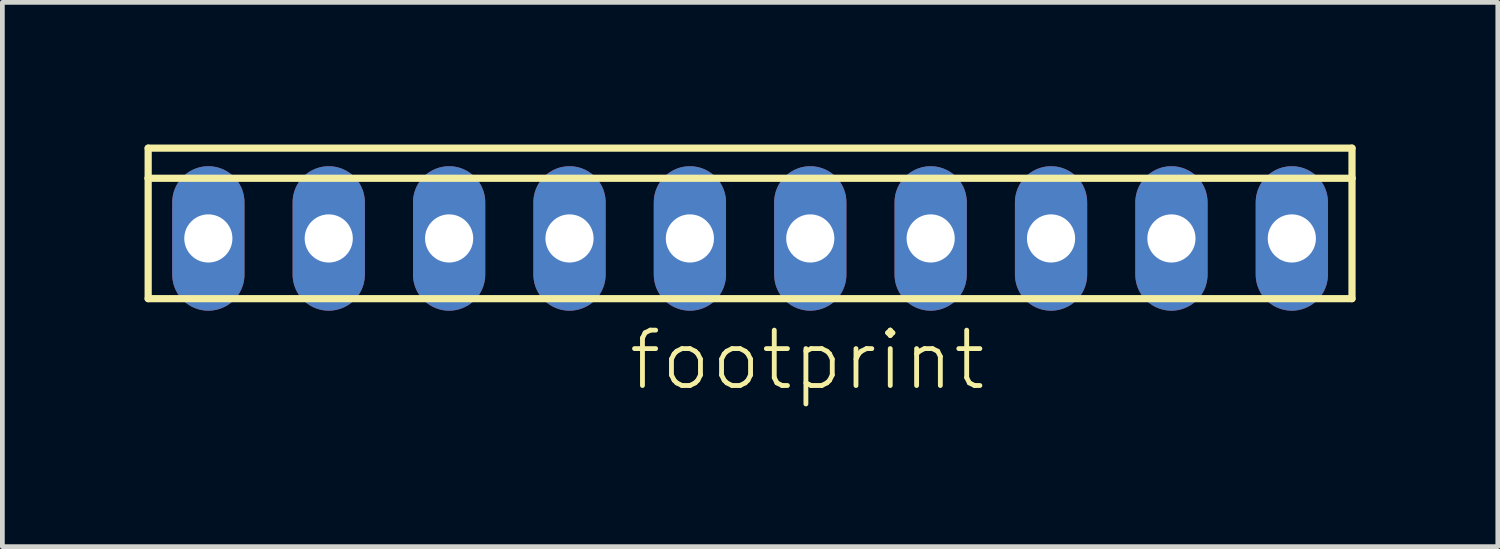
<source format=kicad_pcb>
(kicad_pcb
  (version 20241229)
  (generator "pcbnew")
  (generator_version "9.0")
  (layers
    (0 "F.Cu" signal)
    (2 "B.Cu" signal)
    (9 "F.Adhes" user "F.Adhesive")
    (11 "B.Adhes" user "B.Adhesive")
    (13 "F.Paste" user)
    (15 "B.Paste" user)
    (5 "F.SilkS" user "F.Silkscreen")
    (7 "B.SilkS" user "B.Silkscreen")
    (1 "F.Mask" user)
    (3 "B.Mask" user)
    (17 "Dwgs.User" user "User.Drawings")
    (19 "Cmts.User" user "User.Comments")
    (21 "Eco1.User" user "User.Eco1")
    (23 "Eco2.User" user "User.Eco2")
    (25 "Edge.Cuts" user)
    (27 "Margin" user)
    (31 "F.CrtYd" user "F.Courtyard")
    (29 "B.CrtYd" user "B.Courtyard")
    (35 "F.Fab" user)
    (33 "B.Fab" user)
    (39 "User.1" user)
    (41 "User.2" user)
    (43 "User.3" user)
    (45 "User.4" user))
  (footprint "footprint"
    (layer "F.Cu")
    (at 12.776 1.981)
    (property "Reference" "footprint" (at -2.616 3.251 0) (layer "F.SilkS") (effects (font (size 1.168 1.168) (thickness 0.102)) (justify left bottom)))
    (fp_line (start -12.7 -1.27) (end -12.7 -1.905) (stroke (width 0.152) (type solid)) (layer "F.SilkS"))
    (fp_line (start -12.7 1.27) (end -12.7 -1.27) (stroke (width 0.152) (type solid)) (layer "F.SilkS"))
    (fp_line (start -12.7 1.27) (end 12.7 1.27) (stroke (width 0.152) (type solid)) (layer "F.SilkS"))
    (fp_line (start 12.7 -1.905) (end -12.7 -1.905) (stroke (width 0.152) (type solid)) (layer "F.SilkS"))
    (fp_line (start 12.7 -1.905) (end 12.7 -1.27) (stroke (width 0.152) (type solid)) (layer "F.SilkS"))
    (fp_line (start 12.7 -1.27) (end -12.7 -1.27) (stroke (width 0.152) (type solid)) (layer "F.SilkS"))
    (fp_line (start 12.7 -1.27) (end 12.7 1.27) (stroke (width 0.152) (type solid)) (layer "F.SilkS"))
    (fp_poly (pts (xy -11.684 0.254) (xy -11.176 0.254) (xy -11.176 -0.254) (xy -11.684 -0.254)) (stroke (width 0) (type solid)) (fill yes) (layer "F.SilkS"))
    (fp_poly (pts (xy -9.144 0.254) (xy -8.636 0.254) (xy -8.636 -0.254) (xy -9.144 -0.254)) (stroke (width 0) (type solid)) (fill yes) (layer "F.SilkS"))
    (fp_poly (pts (xy -6.604 0.254) (xy -6.096 0.254) (xy -6.096 -0.254) (xy -6.604 -0.254)) (stroke (width 0) (type solid)) (fill yes) (layer "F.SilkS"))
    (fp_poly (pts (xy -4.064 0.254) (xy -3.556 0.254) (xy -3.556 -0.254) (xy -4.064 -0.254)) (stroke (width 0) (type solid)) (fill yes) (layer "F.SilkS"))
    (fp_poly (pts (xy -1.524 0.254) (xy -1.016 0.254) (xy -1.016 -0.254) (xy -1.524 -0.254)) (stroke (width 0) (type solid)) (fill yes) (layer "F.SilkS"))
    (fp_poly (pts (xy 1.016 0.254) (xy 1.524 0.254) (xy 1.524 -0.254) (xy 1.016 -0.254)) (stroke (width 0) (type solid)) (fill yes) (layer "F.SilkS"))
    (fp_poly (pts (xy 3.556 0.254) (xy 4.064 0.254) (xy 4.064 -0.254) (xy 3.556 -0.254)) (stroke (width 0) (type solid)) (fill yes) (layer "F.SilkS"))
    (fp_poly (pts (xy 6.096 0.254) (xy 6.604 0.254) (xy 6.604 -0.254) (xy 6.096 -0.254)) (stroke (width 0) (type solid)) (fill yes) (layer "F.SilkS"))
    (fp_poly (pts (xy 8.636 0.254) (xy 9.144 0.254) (xy 9.144 -0.254) (xy 8.636 -0.254)) (stroke (width 0) (type solid)) (fill yes) (layer "F.SilkS"))
    (fp_poly (pts (xy 11.176 0.254) (xy 11.684 0.254) (xy 11.684 -0.254) (xy 11.176 -0.254)) (stroke (width 0) (type solid)) (fill yes) (layer "F.SilkS"))
    (pad "1" thru_hole oval (at 11.43 0 90) (size 3.048 1.524) (drill 1.016) (layers "*.Cu" "*.Mask"))
    (pad "2" thru_hole oval (at 8.89 0 90) (size 3.048 1.524) (drill 1.016) (layers "*.Cu" "*.Mask"))
    (pad "3" thru_hole oval (at 6.35 0 90) (size 3.048 1.524) (drill 1.016) (layers "*.Cu" "*.Mask"))
    (pad "4" thru_hole oval (at 3.81 0 90) (size 3.048 1.524) (drill 1.016) (layers "*.Cu" "*.Mask"))
    (pad "5" thru_hole oval (at 1.27 0 90) (size 3.048 1.524) (drill 1.016) (layers "*.Cu" "*.Mask"))
    (pad "6" thru_hole oval (at -1.27 0 90) (size 3.048 1.524) (drill 1.016) (layers "*.Cu" "*.Mask"))
    (pad "7" thru_hole oval (at -3.81 0 90) (size 3.048 1.524) (drill 1.016) (layers "*.Cu" "*.Mask"))
    (pad "8" thru_hole oval (at -6.35 0 90) (size 3.048 1.524) (drill 1.016) (layers "*.Cu" "*.Mask"))
    (pad "9" thru_hole oval (at -8.89 0 90) (size 3.048 1.524) (drill 1.016) (layers "*.Cu" "*.Mask"))
    (pad "10" thru_hole oval (at -11.43 0 90) (size 3.048 1.524) (drill 1.016) (layers "*.Cu" "*.Mask")))
  (gr_rect
    (start -3 -3)
    (end 28.552 8.483)
    (stroke (width 0.1) (type default))
    (fill no)
    (layer "Edge.Cuts")))
</source>
